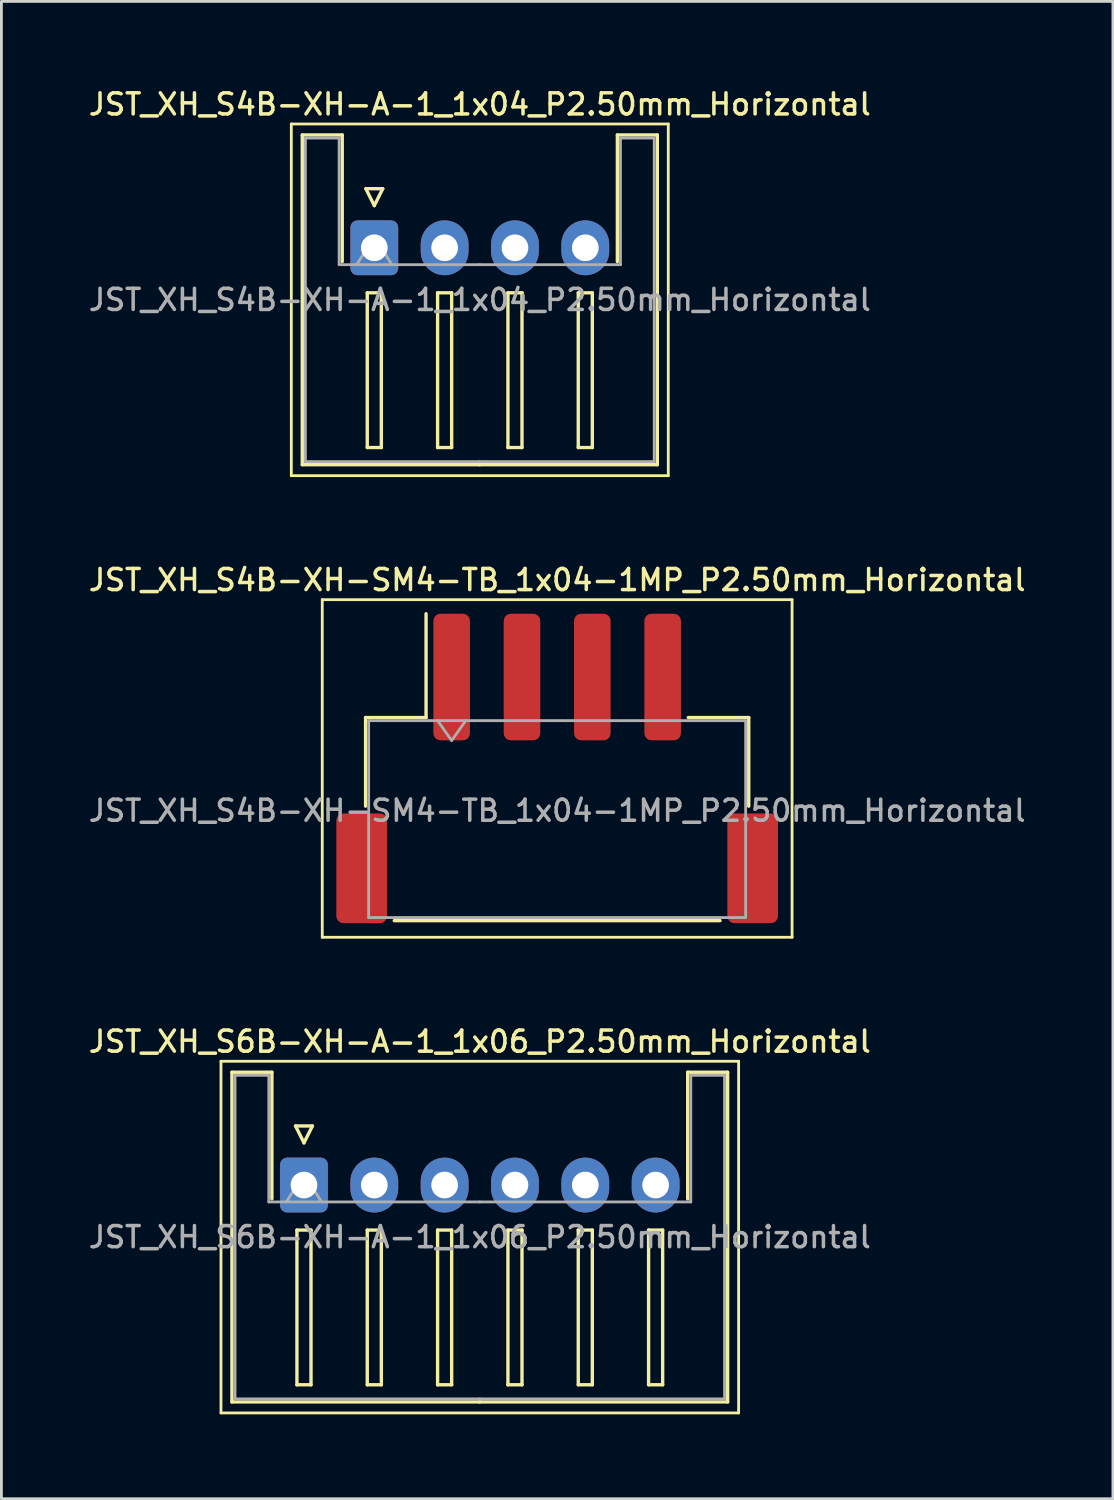
<source format=kicad_pcb>
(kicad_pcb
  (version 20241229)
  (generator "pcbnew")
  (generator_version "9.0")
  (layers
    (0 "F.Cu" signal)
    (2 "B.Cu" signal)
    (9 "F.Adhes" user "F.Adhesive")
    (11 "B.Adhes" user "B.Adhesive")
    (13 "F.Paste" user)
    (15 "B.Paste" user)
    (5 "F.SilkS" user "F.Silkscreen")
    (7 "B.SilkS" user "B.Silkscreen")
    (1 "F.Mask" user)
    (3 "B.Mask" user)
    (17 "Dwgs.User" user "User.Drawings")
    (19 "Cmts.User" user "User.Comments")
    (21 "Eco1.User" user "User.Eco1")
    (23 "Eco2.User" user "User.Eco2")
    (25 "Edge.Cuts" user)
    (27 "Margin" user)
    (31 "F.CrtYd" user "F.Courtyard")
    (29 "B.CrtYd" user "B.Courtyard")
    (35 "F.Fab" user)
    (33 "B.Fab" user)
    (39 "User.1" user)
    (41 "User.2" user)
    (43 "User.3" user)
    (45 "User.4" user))
  (footprint "JST_XH_S6B-XH-A-1_1x06_P2.50mm_Horizontal"
    (layer "F.Cu")
    (at 7.755 39.074)
    (property "Reference" "JST_XH_S6B-XH-A-1_1x06_P2.50mm_Horizontal" (at 6.25 -5.1 0) (layer "F.SilkS") (effects (font (size 0.75 0.75) (thickness 0.125))))
    (attr through_hole)
    (fp_line (start -2.95 -4.4) (end -2.95 8.1) (stroke (width 0.1) (type solid)) (layer "F.SilkS"))
    (fp_line (start -2.95 8.1) (end 15.45 8.1) (stroke (width 0.1) (type solid)) (layer "F.SilkS"))
    (fp_line (start -2.56 -4.01) (end -1.14 -4.01) (stroke (width 0.12) (type solid)) (layer "F.SilkS"))
    (fp_line (start -2.56 7.71) (end -2.56 -4.01) (stroke (width 0.12) (type solid)) (layer "F.SilkS"))
    (fp_line (start -1.14 -4.01) (end -1.14 0.49) (stroke (width 0.12) (type solid)) (layer "F.SilkS"))
    (fp_line (start -0.3 -2.1) (end 0.3 -2.1) (stroke (width 0.12) (type solid)) (layer "F.SilkS"))
    (fp_line (start -0.25 1.6) (end -0.25 7.1) (stroke (width 0.12) (type solid)) (layer "F.SilkS"))
    (fp_line (start -0.25 7.1) (end 0.25 7.1) (stroke (width 0.12) (type solid)) (layer "F.SilkS"))
    (fp_line (start 0 -1.5) (end -0.3 -2.1) (stroke (width 0.12) (type solid)) (layer "F.SilkS"))
    (fp_line (start 0.25 1.6) (end -0.25 1.6) (stroke (width 0.12) (type solid)) (layer "F.SilkS"))
    (fp_line (start 0.25 7.1) (end 0.25 1.6) (stroke (width 0.12) (type solid)) (layer "F.SilkS"))
    (fp_line (start 0.3 -2.1) (end 0 -1.5) (stroke (width 0.12) (type solid)) (layer "F.SilkS"))
    (fp_line (start 2.25 1.6) (end 2.25 7.1) (stroke (width 0.12) (type solid)) (layer "F.SilkS"))
    (fp_line (start 2.25 7.1) (end 2.75 7.1) (stroke (width 0.12) (type solid)) (layer "F.SilkS"))
    (fp_line (start 2.75 1.6) (end 2.25 1.6) (stroke (width 0.12) (type solid)) (layer "F.SilkS"))
    (fp_line (start 2.75 7.1) (end 2.75 1.6) (stroke (width 0.12) (type solid)) (layer "F.SilkS"))
    (fp_line (start 4.75 1.6) (end 4.75 7.1) (stroke (width 0.12) (type solid)) (layer "F.SilkS"))
    (fp_line (start 4.75 7.1) (end 5.25 7.1) (stroke (width 0.12) (type solid)) (layer "F.SilkS"))
    (fp_line (start 5.25 1.6) (end 4.75 1.6) (stroke (width 0.12) (type solid)) (layer "F.SilkS"))
    (fp_line (start 5.25 7.1) (end 5.25 1.6) (stroke (width 0.12) (type solid)) (layer "F.SilkS"))
    (fp_line (start 6.25 7.71) (end -2.56 7.71) (stroke (width 0.12) (type solid)) (layer "F.SilkS"))
    (fp_line (start 6.25 7.71) (end 15.06 7.71) (stroke (width 0.12) (type solid)) (layer "F.SilkS"))
    (fp_line (start 7.25 1.6) (end 7.25 7.1) (stroke (width 0.12) (type solid)) (layer "F.SilkS"))
    (fp_line (start 7.25 7.1) (end 7.75 7.1) (stroke (width 0.12) (type solid)) (layer "F.SilkS"))
    (fp_line (start 7.75 1.6) (end 7.25 1.6) (stroke (width 0.12) (type solid)) (layer "F.SilkS"))
    (fp_line (start 7.75 7.1) (end 7.75 1.6) (stroke (width 0.12) (type solid)) (layer "F.SilkS"))
    (fp_line (start 9.75 1.6) (end 9.75 7.1) (stroke (width 0.12) (type solid)) (layer "F.SilkS"))
    (fp_line (start 9.75 7.1) (end 10.25 7.1) (stroke (width 0.12) (type solid)) (layer "F.SilkS"))
    (fp_line (start 10.25 1.6) (end 9.75 1.6) (stroke (width 0.12) (type solid)) (layer "F.SilkS"))
    (fp_line (start 10.25 7.1) (end 10.25 1.6) (stroke (width 0.12) (type solid)) (layer "F.SilkS"))
    (fp_line (start 12.25 1.6) (end 12.25 7.1) (stroke (width 0.12) (type solid)) (layer "F.SilkS"))
    (fp_line (start 12.25 7.1) (end 12.75 7.1) (stroke (width 0.12) (type solid)) (layer "F.SilkS"))
    (fp_line (start 12.75 1.6) (end 12.25 1.6) (stroke (width 0.12) (type solid)) (layer "F.SilkS"))
    (fp_line (start 12.75 7.1) (end 12.75 1.6) (stroke (width 0.12) (type solid)) (layer "F.SilkS"))
    (fp_line (start 13.64 -4.01) (end 13.64 0.49) (stroke (width 0.12) (type solid)) (layer "F.SilkS"))
    (fp_line (start 15.06 -4.01) (end 13.64 -4.01) (stroke (width 0.12) (type solid)) (layer "F.SilkS"))
    (fp_line (start 15.06 7.71) (end 15.06 -4.01) (stroke (width 0.12) (type solid)) (layer "F.SilkS"))
    (fp_line (start 15.45 -4.4) (end -2.95 -4.4) (stroke (width 0.1) (type solid)) (layer "F.SilkS"))
    (fp_line (start 15.45 8.1) (end 15.45 -4.4) (stroke (width 0.1) (type solid)) (layer "F.SilkS"))
    (fp_line (start -2.45 -3.9) (end -1.25 -3.9) (stroke (width 0.1) (type solid)) (layer "F.Fab"))
    (fp_line (start -2.45 7.6) (end -2.45 -3.9) (stroke (width 0.1) (type solid)) (layer "F.Fab"))
    (fp_line (start -1.25 -3.9) (end -1.25 0.6) (stroke (width 0.1) (type solid)) (layer "F.Fab"))
    (fp_line (start -1.25 0.6) (end 6.25 0.6) (stroke (width 0.1) (type solid)) (layer "F.Fab"))
    (fp_line (start -0.625 0.6) (end 0 -0.4) (stroke (width 0.1) (type solid)) (layer "F.Fab"))
    (fp_line (start 0 -0.4) (end 0.625 0.6) (stroke (width 0.1) (type solid)) (layer "F.Fab"))
    (fp_line (start 6.25 7.6) (end -2.45 7.6) (stroke (width 0.1) (type solid)) (layer "F.Fab"))
    (fp_line (start 6.25 7.6) (end 14.95 7.6) (stroke (width 0.1) (type solid)) (layer "F.Fab"))
    (fp_line (start 13.75 -3.9) (end 13.75 0.6) (stroke (width 0.1) (type solid)) (layer "F.Fab"))
    (fp_line (start 13.75 0.6) (end 6.25 0.6) (stroke (width 0.1) (type solid)) (layer "F.Fab"))
    (fp_line (start 14.95 -3.9) (end 13.75 -3.9) (stroke (width 0.1) (type solid)) (layer "F.Fab"))
    (fp_line (start 14.95 7.6) (end 14.95 -3.9) (stroke (width 0.1) (type solid)) (layer "F.Fab"))
    (fp_text user "${REFERENCE}" (at 6.25 1.85 0) (layer "F.Fab") (effects (font (size 0.75 0.75) (thickness 0.125))))
    (pad "1" thru_hole roundrect (at 0 0) (size 1.7 1.95) (drill 0.95) (layers "*.Cu" "*.Mask") (roundrect_rratio 0.147))
    (pad "2" thru_hole oval (at 2.5 0) (size 1.7 1.95) (drill 0.95) (layers "*.Cu" "*.Mask"))
    (pad "3" thru_hole oval (at 5 0) (size 1.7 1.95) (drill 0.95) (layers "*.Cu" "*.Mask"))
    (pad "4" thru_hole oval (at 7.5 0) (size 1.7 1.95) (drill 0.95) (layers "*.Cu" "*.Mask"))
    (pad "5" thru_hole oval (at 10 0) (size 1.7 1.95) (drill 0.95) (layers "*.Cu" "*.Mask"))
    (pad "6" thru_hole oval (at 12.5 0) (size 1.7 1.95) (drill 0.95) (layers "*.Cu" "*.Mask")))
  (footprint "JST_XH_S4B-XH-SM4-TB_1x04-1MP_P2.50mm_Horizontal"
    (layer "F.Cu")
    (at 16.755 24.266)
    (property "Reference" "JST_XH_S4B-XH-SM4-TB_1x04-1MP_P2.50mm_Horizontal" (at 0 -6.7 0) (layer "F.SilkS") (effects (font (size 0.75 0.75) (thickness 0.125))))
    (attr smd)
    (fp_line (start -8.35 -6) (end -8.35 6) (stroke (width 0.1) (type solid)) (layer "F.SilkS"))
    (fp_line (start -8.35 6) (end 8.35 6) (stroke (width 0.1) (type solid)) (layer "F.SilkS"))
    (fp_line (start -6.81 -1.81) (end -4.66 -1.81) (stroke (width 0.12) (type solid)) (layer "F.SilkS"))
    (fp_line (start -6.81 1.34) (end -6.81 -1.81) (stroke (width 0.12) (type solid)) (layer "F.SilkS"))
    (fp_line (start -5.79 5.41) (end 5.79 5.41) (stroke (width 0.12) (type solid)) (layer "F.SilkS"))
    (fp_line (start -4.66 -1.81) (end -4.66 -5.5) (stroke (width 0.12) (type solid)) (layer "F.SilkS"))
    (fp_line (start 6.81 -1.81) (end 4.66 -1.81) (stroke (width 0.12) (type solid)) (layer "F.SilkS"))
    (fp_line (start 6.81 1.34) (end 6.81 -1.81) (stroke (width 0.12) (type solid)) (layer "F.SilkS"))
    (fp_line (start 8.35 -6) (end -8.35 -6) (stroke (width 0.1) (type solid)) (layer "F.SilkS"))
    (fp_line (start 8.35 6) (end 8.35 -6) (stroke (width 0.1) (type solid)) (layer "F.SilkS"))
    (fp_line (start -6.7 -1.7) (end -6.7 5.3) (stroke (width 0.1) (type solid)) (layer "F.Fab"))
    (fp_line (start -6.7 -1.7) (end 6.7 -1.7) (stroke (width 0.1) (type solid)) (layer "F.Fab"))
    (fp_line (start -6.7 5.3) (end 6.7 5.3) (stroke (width 0.1) (type solid)) (layer "F.Fab"))
    (fp_line (start -4.25 -1.7) (end -3.75 -0.993) (stroke (width 0.1) (type solid)) (layer "F.Fab"))
    (fp_line (start -3.75 -0.993) (end -3.25 -1.7) (stroke (width 0.1) (type solid)) (layer "F.Fab"))
    (fp_line (start 6.7 -1.7) (end 6.7 5.3) (stroke (width 0.1) (type solid)) (layer "F.Fab"))
    (fp_text user "${REFERENCE}" (at 0 1.5 0) (layer "F.Fab") (effects (font (size 0.75 0.75) (thickness 0.125))))
    (pad "1" smd roundrect (at -3.75 -3.25) (size 1.3 4.5) (layers "F.Cu" "F.Mask" "F.Paste") (roundrect_rratio 0.192))
    (pad "2" smd roundrect (at -1.25 -3.25) (size 1.3 4.5) (layers "F.Cu" "F.Mask" "F.Paste") (roundrect_rratio 0.192))
    (pad "3" smd roundrect (at 1.25 -3.25) (size 1.3 4.5) (layers "F.Cu" "F.Mask" "F.Paste") (roundrect_rratio 0.192))
    (pad "4" smd roundrect (at 3.75 -3.25) (size 1.3 4.5) (layers "F.Cu" "F.Mask" "F.Paste") (roundrect_rratio 0.192))
    (pad "MP" smd roundrect (at -6.95 3.55) (size 1.8 3.9) (layers "F.Cu" "F.Mask" "F.Paste") (roundrect_rratio 0.139))
    (pad "MP" smd roundrect (at 6.95 3.55) (size 1.8 3.9) (layers "F.Cu" "F.Mask" "F.Paste") (roundrect_rratio 0.139)))
  (footprint "JST_XH_S4B-XH-A-1_1x04_P2.50mm_Horizontal"
    (layer "F.Cu")
    (at 10.255 5.758)
    (property "Reference" "JST_XH_S4B-XH-A-1_1x04_P2.50mm_Horizontal" (at 3.75 -5.1 0) (layer "F.SilkS") (effects (font (size 0.75 0.75) (thickness 0.125))))
    (attr through_hole)
    (fp_line (start -2.95 -4.4) (end -2.95 8.1) (stroke (width 0.1) (type solid)) (layer "F.SilkS"))
    (fp_line (start -2.95 8.1) (end 10.45 8.1) (stroke (width 0.1) (type solid)) (layer "F.SilkS"))
    (fp_line (start -2.56 -4.01) (end -1.14 -4.01) (stroke (width 0.12) (type solid)) (layer "F.SilkS"))
    (fp_line (start -2.56 7.71) (end -2.56 -4.01) (stroke (width 0.12) (type solid)) (layer "F.SilkS"))
    (fp_line (start -1.14 -4.01) (end -1.14 0.49) (stroke (width 0.12) (type solid)) (layer "F.SilkS"))
    (fp_line (start -0.3 -2.1) (end 0.3 -2.1) (stroke (width 0.12) (type solid)) (layer "F.SilkS"))
    (fp_line (start -0.25 1.6) (end -0.25 7.1) (stroke (width 0.12) (type solid)) (layer "F.SilkS"))
    (fp_line (start -0.25 7.1) (end 0.25 7.1) (stroke (width 0.12) (type solid)) (layer "F.SilkS"))
    (fp_line (start 0 -1.5) (end -0.3 -2.1) (stroke (width 0.12) (type solid)) (layer "F.SilkS"))
    (fp_line (start 0.25 1.6) (end -0.25 1.6) (stroke (width 0.12) (type solid)) (layer "F.SilkS"))
    (fp_line (start 0.25 7.1) (end 0.25 1.6) (stroke (width 0.12) (type solid)) (layer "F.SilkS"))
    (fp_line (start 0.3 -2.1) (end 0 -1.5) (stroke (width 0.12) (type solid)) (layer "F.SilkS"))
    (fp_line (start 2.25 1.6) (end 2.25 7.1) (stroke (width 0.12) (type solid)) (layer "F.SilkS"))
    (fp_line (start 2.25 7.1) (end 2.75 7.1) (stroke (width 0.12) (type solid)) (layer "F.SilkS"))
    (fp_line (start 2.75 1.6) (end 2.25 1.6) (stroke (width 0.12) (type solid)) (layer "F.SilkS"))
    (fp_line (start 2.75 7.1) (end 2.75 1.6) (stroke (width 0.12) (type solid)) (layer "F.SilkS"))
    (fp_line (start 3.75 7.71) (end -2.56 7.71) (stroke (width 0.12) (type solid)) (layer "F.SilkS"))
    (fp_line (start 3.75 7.71) (end 10.06 7.71) (stroke (width 0.12) (type solid)) (layer "F.SilkS"))
    (fp_line (start 4.75 1.6) (end 4.75 7.1) (stroke (width 0.12) (type solid)) (layer "F.SilkS"))
    (fp_line (start 4.75 7.1) (end 5.25 7.1) (stroke (width 0.12) (type solid)) (layer "F.SilkS"))
    (fp_line (start 5.25 1.6) (end 4.75 1.6) (stroke (width 0.12) (type solid)) (layer "F.SilkS"))
    (fp_line (start 5.25 7.1) (end 5.25 1.6) (stroke (width 0.12) (type solid)) (layer "F.SilkS"))
    (fp_line (start 7.25 1.6) (end 7.25 7.1) (stroke (width 0.12) (type solid)) (layer "F.SilkS"))
    (fp_line (start 7.25 7.1) (end 7.75 7.1) (stroke (width 0.12) (type solid)) (layer "F.SilkS"))
    (fp_line (start 7.75 1.6) (end 7.25 1.6) (stroke (width 0.12) (type solid)) (layer "F.SilkS"))
    (fp_line (start 7.75 7.1) (end 7.75 1.6) (stroke (width 0.12) (type solid)) (layer "F.SilkS"))
    (fp_line (start 8.64 -4.01) (end 8.64 0.49) (stroke (width 0.12) (type solid)) (layer "F.SilkS"))
    (fp_line (start 10.06 -4.01) (end 8.64 -4.01) (stroke (width 0.12) (type solid)) (layer "F.SilkS"))
    (fp_line (start 10.06 7.71) (end 10.06 -4.01) (stroke (width 0.12) (type solid)) (layer "F.SilkS"))
    (fp_line (start 10.45 -4.4) (end -2.95 -4.4) (stroke (width 0.1) (type solid)) (layer "F.SilkS"))
    (fp_line (start 10.45 8.1) (end 10.45 -4.4) (stroke (width 0.1) (type solid)) (layer "F.SilkS"))
    (fp_line (start -2.45 -3.9) (end -1.25 -3.9) (stroke (width 0.1) (type solid)) (layer "F.Fab"))
    (fp_line (start -2.45 7.6) (end -2.45 -3.9) (stroke (width 0.1) (type solid)) (layer "F.Fab"))
    (fp_line (start -1.25 -3.9) (end -1.25 0.6) (stroke (width 0.1) (type solid)) (layer "F.Fab"))
    (fp_line (start -1.25 0.6) (end 3.75 0.6) (stroke (width 0.1) (type solid)) (layer "F.Fab"))
    (fp_line (start -0.625 0.6) (end 0 -0.4) (stroke (width 0.1) (type solid)) (layer "F.Fab"))
    (fp_line (start 0 -0.4) (end 0.625 0.6) (stroke (width 0.1) (type solid)) (layer "F.Fab"))
    (fp_line (start 3.75 7.6) (end -2.45 7.6) (stroke (width 0.1) (type solid)) (layer "F.Fab"))
    (fp_line (start 3.75 7.6) (end 9.95 7.6) (stroke (width 0.1) (type solid)) (layer "F.Fab"))
    (fp_line (start 8.75 -3.9) (end 8.75 0.6) (stroke (width 0.1) (type solid)) (layer "F.Fab"))
    (fp_line (start 8.75 0.6) (end 3.75 0.6) (stroke (width 0.1) (type solid)) (layer "F.Fab"))
    (fp_line (start 9.95 -3.9) (end 8.75 -3.9) (stroke (width 0.1) (type solid)) (layer "F.Fab"))
    (fp_line (start 9.95 7.6) (end 9.95 -3.9) (stroke (width 0.1) (type solid)) (layer "F.Fab"))
    (fp_text user "${REFERENCE}" (at 3.75 1.85 0) (layer "F.Fab") (effects (font (size 0.75 0.75) (thickness 0.125))))
    (pad "1" thru_hole roundrect (at 0 0) (size 1.7 1.95) (drill 0.95) (layers "*.Cu" "*.Mask") (roundrect_rratio 0.147))
    (pad "2" thru_hole oval (at 2.5 0) (size 1.7 1.95) (drill 0.95) (layers "*.Cu" "*.Mask"))
    (pad "3" thru_hole oval (at 5 0) (size 1.7 1.95) (drill 0.95) (layers "*.Cu" "*.Mask"))
    (pad "4" thru_hole oval (at 7.5 0) (size 1.7 1.95) (drill 0.95) (layers "*.Cu" "*.Mask")))
  (gr_rect
    (start -3 -3)
    (end 36.511 50.224)
    (stroke (width 0.1) (type default))
    (fill no)
    (layer "Edge.Cuts")))
</source>
